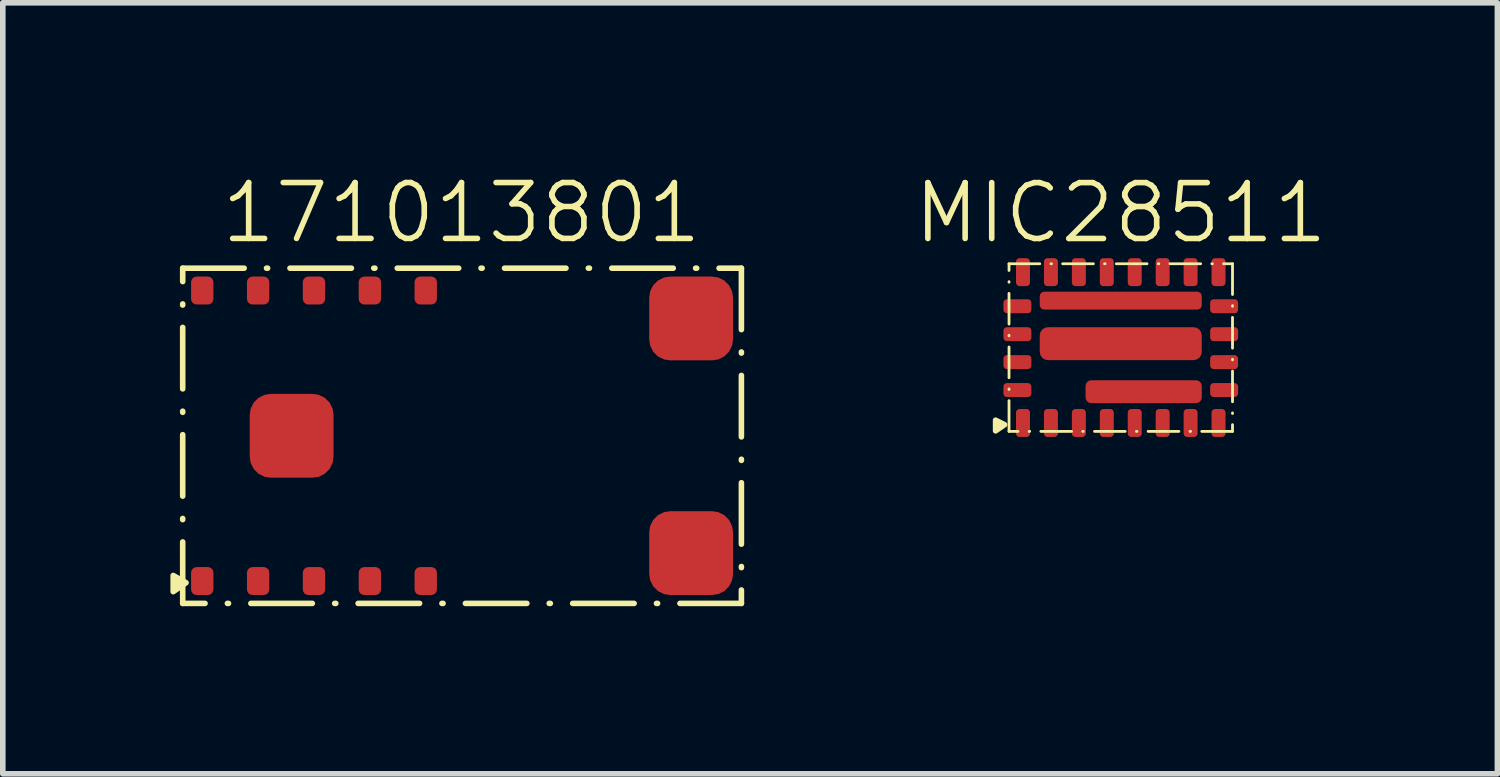
<source format=kicad_pcb>
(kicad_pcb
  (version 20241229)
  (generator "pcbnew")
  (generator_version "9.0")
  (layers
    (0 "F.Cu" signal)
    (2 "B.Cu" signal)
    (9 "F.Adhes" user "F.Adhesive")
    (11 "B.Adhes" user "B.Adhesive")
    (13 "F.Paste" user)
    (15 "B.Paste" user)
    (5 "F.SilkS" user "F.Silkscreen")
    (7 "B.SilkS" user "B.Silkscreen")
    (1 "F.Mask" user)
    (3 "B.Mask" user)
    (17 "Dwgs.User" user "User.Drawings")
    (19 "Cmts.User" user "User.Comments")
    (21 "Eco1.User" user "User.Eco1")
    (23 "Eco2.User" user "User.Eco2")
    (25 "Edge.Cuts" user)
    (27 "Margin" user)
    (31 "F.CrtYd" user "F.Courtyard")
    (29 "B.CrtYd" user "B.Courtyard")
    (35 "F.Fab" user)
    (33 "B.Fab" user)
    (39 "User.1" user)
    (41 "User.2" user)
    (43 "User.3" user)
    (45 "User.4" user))
  (footprint "MIC28511"
    (layer "F.Cu")
    (at 17.01 3.171)
    (property "Reference" "MIC28511" (at 0 -2.41 0) (unlocked yes) (layer "F.SilkS") (effects (font (size 1 1) (thickness 0.1))))
    (attr smd)
    (fp_rect (start -2 -1.5) (end 2 1.5) (stroke (width 0.05) (type dash_dot)) (fill no) (layer "F.SilkS"))
    (fp_poly (pts (xy -2.24 1.3) (xy -2.24 1.49) (xy -2.08 1.38)) (stroke (width 0.1) (type solid)) (fill yes) (layer "F.SilkS"))
    (pad "1" smd roundrect (at -1.75 1.35) (size 0.25 0.5) (layers "F.Cu" "F.Mask" "F.Paste") (roundrect_rratio 0.25))
    (pad "2" smd roundrect (at -1.25 1.35) (size 0.25 0.5) (layers "F.Cu" "F.Mask" "F.Paste") (roundrect_rratio 0.25))
    (pad "3" smd roundrect (at -0.75 1.35) (size 0.25 0.5) (layers "F.Cu" "F.Mask" "F.Paste") (roundrect_rratio 0.25))
    (pad "4" smd roundrect (at -0.25 1.35) (size 0.25 0.5) (layers "F.Cu" "F.Mask" "F.Paste") (roundrect_rratio 0.25))
    (pad "5" smd roundrect (at 0.25 1.35) (size 0.25 0.5) (layers "F.Cu" "F.Mask" "F.Paste") (roundrect_rratio 0.25))
    (pad "6" smd roundrect (at 0.75 1.35) (size 0.25 0.5) (layers "F.Cu" "F.Mask" "F.Paste") (roundrect_rratio 0.25))
    (pad "7" smd roundrect (at 1.25 1.35) (size 0.25 0.5) (layers "F.Cu" "F.Mask" "F.Paste") (roundrect_rratio 0.25))
    (pad "8" smd roundrect (at 1.75 1.35) (size 0.25 0.5) (layers "F.Cu" "F.Mask" "F.Paste") (roundrect_rratio 0.25))
    (pad "9" smd roundrect (at 1.85 0.76 90) (size 0.25 0.5) (layers "F.Cu" "F.Mask" "F.Paste") (roundrect_rratio 0.25))
    (pad "10" smd roundrect (at 1.85 0.26 90) (size 0.25 0.5) (layers "F.Cu" "F.Mask" "F.Paste") (roundrect_rratio 0.25))
    (pad "11" smd roundrect (at 1.85 -0.24 90) (size 0.25 0.5) (layers "F.Cu" "F.Mask" "F.Paste") (roundrect_rratio 0.25))
    (pad "12" smd roundrect (at 1.85 -0.74 90) (size 0.25 0.5) (layers "F.Cu" "F.Mask" "F.Paste") (roundrect_rratio 0.25))
    (pad "13" smd roundrect (at 1.75 -1.35) (size 0.25 0.5) (layers "F.Cu" "F.Mask" "F.Paste") (roundrect_rratio 0.25))
    (pad "14" smd roundrect (at 1.25 -1.35) (size 0.25 0.5) (layers "F.Cu" "F.Mask" "F.Paste") (roundrect_rratio 0.25))
    (pad "15" smd roundrect (at 0.75 -1.35) (size 0.25 0.5) (layers "F.Cu" "F.Mask" "F.Paste") (roundrect_rratio 0.25))
    (pad "16" smd roundrect (at 0.25 -1.35) (size 0.25 0.5) (layers "F.Cu" "F.Mask" "F.Paste") (roundrect_rratio 0.25))
    (pad "17" smd roundrect (at -0.25 -1.35) (size 0.25 0.5) (layers "F.Cu" "F.Mask" "F.Paste") (roundrect_rratio 0.25))
    (pad "18" smd roundrect (at -0.75 -1.35) (size 0.25 0.5) (layers "F.Cu" "F.Mask" "F.Paste") (roundrect_rratio 0.25))
    (pad "19" smd roundrect (at -1.25 -1.35) (size 0.25 0.5) (layers "F.Cu" "F.Mask" "F.Paste") (roundrect_rratio 0.25))
    (pad "20" smd roundrect (at -1.75 -1.35) (size 0.25 0.5) (layers "F.Cu" "F.Mask" "F.Paste") (roundrect_rratio 0.25))
    (pad "21" smd roundrect (at -1.85 -0.74 90) (size 0.25 0.5) (layers "F.Cu" "F.Mask" "F.Paste") (roundrect_rratio 0.25))
    (pad "22" smd roundrect (at -1.85 -0.24 90) (size 0.25 0.5) (layers "F.Cu" "F.Mask" "F.Paste") (roundrect_rratio 0.25))
    (pad "23" smd roundrect (at -1.85 0.26 90) (size 0.25 0.5) (layers "F.Cu" "F.Mask" "F.Paste") (roundrect_rratio 0.25))
    (pad "24" smd roundrect (at -1.85 0.76 90) (size 0.25 0.5) (layers "F.Cu" "F.Mask" "F.Paste") (roundrect_rratio 0.25))
    (pad "25" smd roundrect (at 0.41 0.79) (size 2.08 0.41) (layers "F.Cu" "F.Mask" "F.Paste") (roundrect_rratio 0.25))
    (pad "26" smd roundrect (at 0 -0.07) (size 2.9 0.59) (layers "F.Cu" "F.Mask" "F.Paste") (roundrect_rratio 0.25))
    (pad "27" smd roundrect (at 0 -0.84) (size 2.9 0.32) (layers "F.Cu" "F.Mask" "F.Paste") (roundrect_rratio 0.25)))
  (footprint "171013801"
    (layer "F.Cu")
    (at 5.22 4.75)
    (property "Reference" "171013801" (at -0.01 -3.99 0) (unlocked yes) (layer "F.SilkS") (effects (font (size 1 1) (thickness 0.1))))
    (attr smd)
    (fp_rect (start -5 -3) (end 5 3) (stroke (width 0.1) (type dash_dot)) (fill no) (layer "F.SilkS"))
    (fp_poly (pts (xy -5.17 2.5) (xy -5.17 2.79) (xy -4.94 2.63)) (stroke (width 0.1) (type solid)) (fill yes) (layer "F.SilkS"))
    (pad "1" smd roundrect (at -4.65 2.6) (size 0.4 0.5) (layers "F.Cu" "F.Mask" "F.Paste") (roundrect_rratio 0.25))
    (pad "2" smd roundrect (at -3.65 2.6) (size 0.4 0.5) (layers "F.Cu" "F.Mask" "F.Paste") (roundrect_rratio 0.25))
    (pad "3" smd roundrect (at -2.65 2.6) (size 0.4 0.5) (layers "F.Cu" "F.Mask" "F.Paste") (roundrect_rratio 0.25))
    (pad "4" smd roundrect (at -1.65 2.6) (size 0.4 0.5) (layers "F.Cu" "F.Mask" "F.Paste") (roundrect_rratio 0.25))
    (pad "5" smd roundrect (at -0.65 2.6) (size 0.4 0.5) (layers "F.Cu" "F.Mask" "F.Paste") (roundrect_rratio 0.25))
    (pad "6" smd roundrect (at 4.1 2.1) (size 1.5 1.5) (layers "F.Cu" "F.Mask" "F.Paste") (roundrect_rratio 0.25))
    (pad "7" smd roundrect (at 4.1 -2.1) (size 1.5 1.5) (layers "F.Cu" "F.Mask" "F.Paste") (roundrect_rratio 0.25))
    (pad "8" smd roundrect (at -0.65 -2.6) (size 0.4 0.5) (layers "F.Cu" "F.Mask" "F.Paste") (roundrect_rratio 0.25))
    (pad "9" smd roundrect (at -1.65 -2.6) (size 0.4 0.5) (layers "F.Cu" "F.Mask" "F.Paste") (roundrect_rratio 0.25))
    (pad "10" smd roundrect (at -2.65 -2.6) (size 0.4 0.5) (layers "F.Cu" "F.Mask" "F.Paste") (roundrect_rratio 0.25))
    (pad "11" smd roundrect (at -3.65 -2.6) (size 0.4 0.5) (layers "F.Cu" "F.Mask" "F.Paste") (roundrect_rratio 0.25))
    (pad "12" smd roundrect (at -4.65 -2.6) (size 0.4 0.5) (layers "F.Cu" "F.Mask" "F.Paste") (roundrect_rratio 0.25))
    (pad "13" smd roundrect (at -3.05 0) (size 1.5 1.5) (layers "F.Cu" "F.Mask" "F.Paste") (roundrect_rratio 0.25)))
  (gr_rect
    (start -3 -3)
    (end 23.751 10.8)
    (stroke (width 0.1) (type default))
    (fill no)
    (layer "Edge.Cuts")))
</source>
